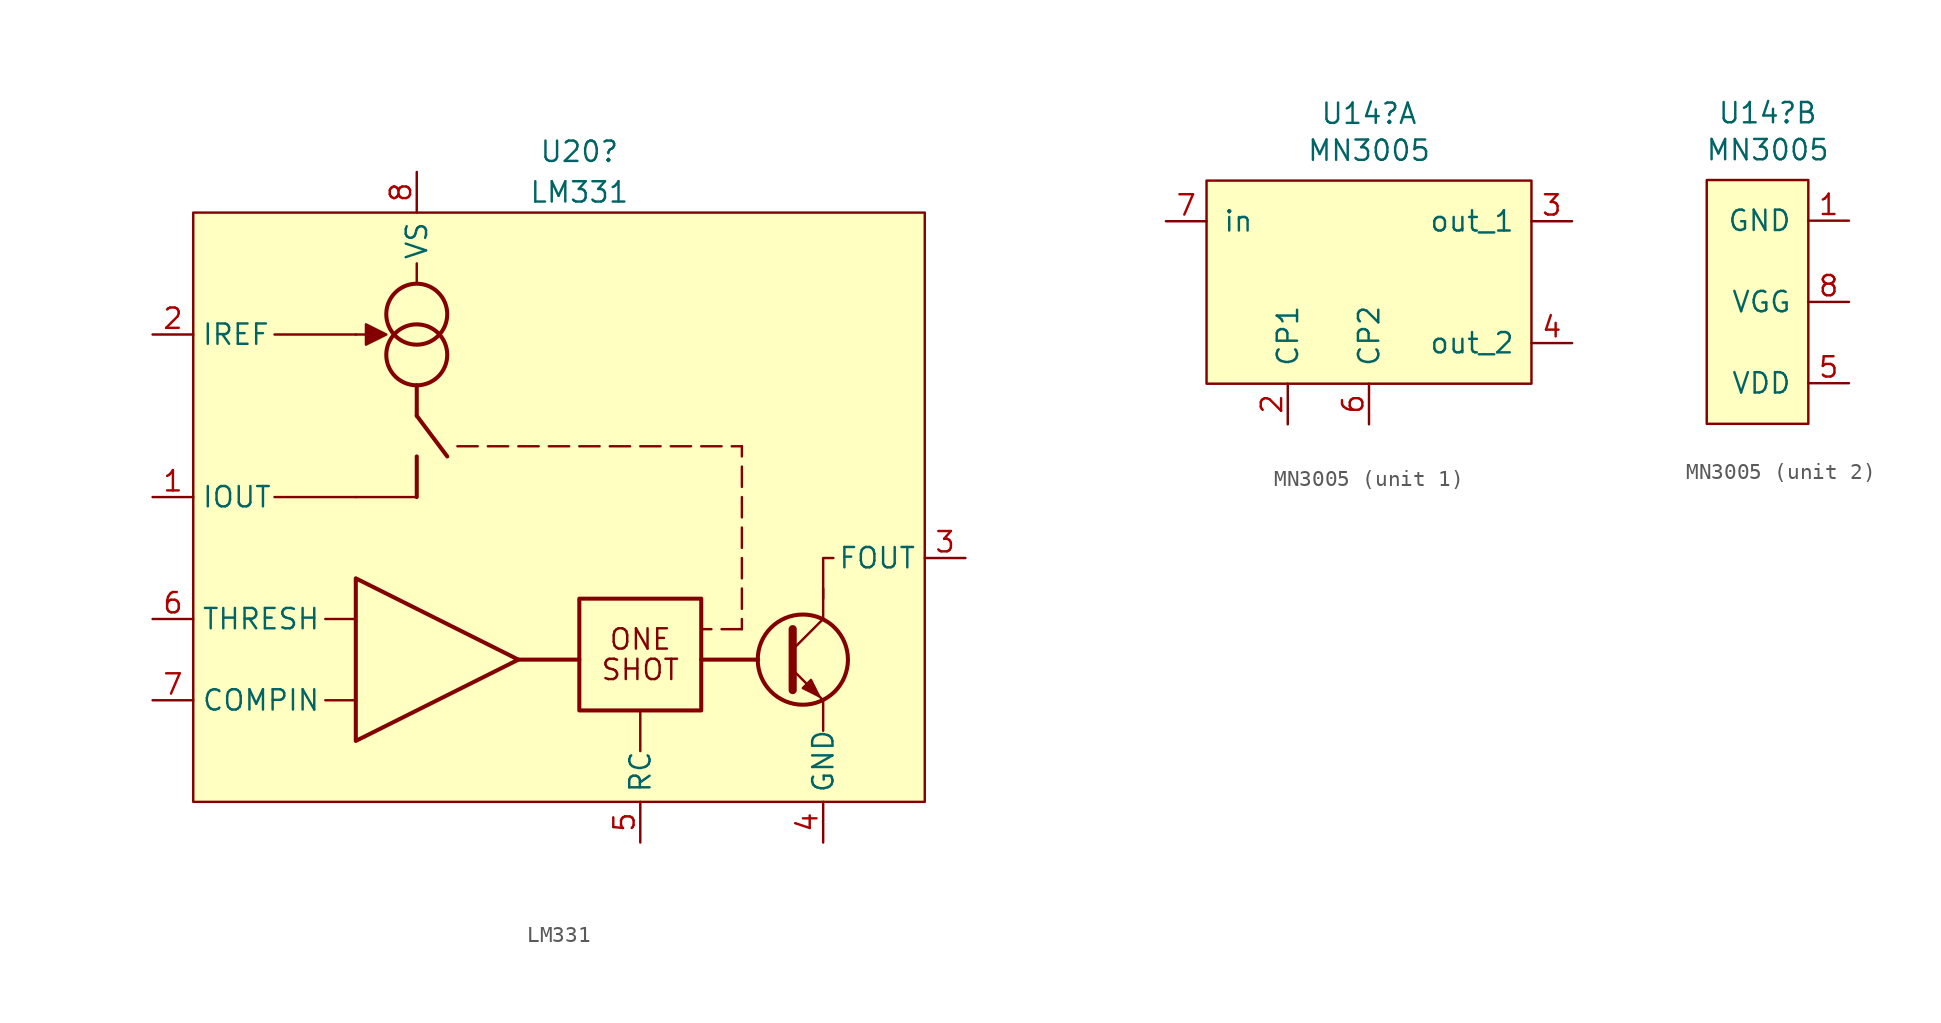
<source format=kicad_sym>
(kicad_symbol_lib
  (version 20211014)
  (generator kicad_symbol_editor)
  (symbol "LM331"
    (property "Reference" "U20"
      (at 0 22.86 0)
      (effects (font (size 1.27 1.27))))
    (property "Value" "LM331"
      (at 0 20.32 0)
      (effects (font (size 1.27 1.27))))
    (symbol "LM331_0_0"
      (rectangle (start -24.13 19.05) (end 21.59 -17.78) (stroke (width 0) (type default) (color 0 0 0 0)) (fill (type background)))
      (polyline (pts (xy -15.875 -11.43) (xy -13.97 -11.43)) (stroke (width 0) (type default) (color 0 0 0 0)) (fill (type none)))
      (polyline (pts (xy -15.875 -6.35) (xy -13.97 -6.35)) (stroke (width 0) (type default) (color 0 0 0 0)) (fill (type none)))
      (polyline (pts (xy -13.97 1.27) (xy -19.05 1.27)) (stroke (width 0) (type default) (color 0 0 0 0)) (fill (type none)))
      (polyline (pts (xy -13.97 11.43) (xy -19.05 11.43)) (stroke (width 0) (type default) (color 0 0 0 0)) (fill (type none)))
      (polyline (pts (xy 3.81 -12.065) (xy 3.81 -14.605)) (stroke (width 0) (type default) (color 0 0 0 0)) (fill (type none)))
      (polyline (pts (xy 15.24 -6.35) (xy 15.24 -4.445)) (stroke (width 0) (type default) (color 0 0 0 0)) (fill (type none)))
      (polyline (pts (xy 15.24 -5.08) (xy 15.24 -2.54) (xy 15.875 -2.54)) (stroke (width 0) (type default) (color 0 0 0 0)) (fill (type none)))
      (text "SHOT" (at 3.81 -9.525 0) (effects (font (size 1.27 1.27)))))
    (symbol "LM331_1_0"
      (polyline (pts (xy 7.62 -8.89) (xy 11.176 -8.89)) (stroke (width 0.254) (type default) (color 0 0 0 0)) (fill (type none)))
      (text "ONE" (at 3.81 -7.62 0) (effects (font (size 1.27 1.27)))))
    (symbol "LM331_1_1"
      (circle (center -10.16 10.16) (radius 1.905) (stroke (width 0.254) (type default) (color 0 0 0 0)) (fill (type none)))
      (circle (center -10.16 12.7) (radius 1.905) (stroke (width 0.254) (type default) (color 0 0 0 0)) (fill (type none)))
      (rectangle (start 0 -5.08) (end 7.62 -12.065) (stroke (width 0.254) (type default) (color 0 0 0 0)) (fill (type background)))
      (polyline (pts (xy -13.97 11.43) (xy -13.335 11.43)) (stroke (width 0) (type default) (color 0 0 0 0)) (fill (type none)))
      (polyline (pts (xy -10.16 1.27) (xy -13.97 1.27)) (stroke (width 0) (type default) (color 0 0 0 0)) (fill (type none)))
      (polyline (pts (xy -10.16 3.81) (xy -10.16 1.27)) (stroke (width 0.254) (type default) (color 0 0 0 0)) (fill (type none)))
      (polyline (pts (xy -10.16 6.35) (xy -8.255 3.81)) (stroke (width 0.254) (type default) (color 0 0 0 0)) (fill (type none)))
      (polyline (pts (xy -10.16 8.255) (xy -10.16 6.35)) (stroke (width 0.254) (type default) (color 0 0 0 0)) (fill (type none)))
      (polyline (pts (xy -10.16 15.875) (xy -10.16 14.605)) (stroke (width 0) (type default) (color 0 0 0 0)) (fill (type none)))
      (polyline (pts (xy -6.35 4.445) (xy -7.62 4.445)) (stroke (width 0) (type default) (color 0 0 0 0)) (fill (type none)))
      (polyline (pts (xy -4.445 4.445) (xy -5.715 4.445)) (stroke (width 0) (type default) (color 0 0 0 0)) (fill (type none)))
      (polyline (pts (xy -3.81 -8.89) (xy 0 -8.89)) (stroke (width 0.254) (type default) (color 0 0 0 0)) (fill (type none)))
      (polyline (pts (xy -2.54 4.445) (xy -3.81 4.445)) (stroke (width 0) (type default) (color 0 0 0 0)) (fill (type none)))
      (polyline (pts (xy -0.635 4.445) (xy -1.905 4.445)) (stroke (width 0) (type default) (color 0 0 0 0)) (fill (type none)))
      (polyline (pts (xy 1.27 4.445) (xy 0 4.445)) (stroke (width 0) (type default) (color 0 0 0 0)) (fill (type none)))
      (polyline (pts (xy 3.175 4.445) (xy 1.905 4.445)) (stroke (width 0) (type default) (color 0 0 0 0)) (fill (type none)))
      (polyline (pts (xy 5.08 4.445) (xy 3.81 4.445)) (stroke (width 0) (type default) (color 0 0 0 0)) (fill (type none)))
      (polyline (pts (xy 6.985 4.445) (xy 5.715 4.445)) (stroke (width 0) (type default) (color 0 0 0 0)) (fill (type none)))
      (polyline (pts (xy 7.62 -6.985) (xy 8.255 -6.985)) (stroke (width 0) (type default) (color 0 0 0 0)) (fill (type none)))
      (polyline (pts (xy 8.89 -6.985) (xy 10.16 -6.985)) (stroke (width 0) (type default) (color 0 0 0 0)) (fill (type none)))
      (polyline (pts (xy 8.89 4.445) (xy 7.62 4.445)) (stroke (width 0) (type default) (color 0 0 0 0)) (fill (type none)))
      (polyline (pts (xy 10.16 -6.985) (xy 10.16 -6.35)) (stroke (width 0) (type default) (color 0 0 0 0)) (fill (type none)))
      (polyline (pts (xy 10.16 -5.715) (xy 10.16 -4.445)) (stroke (width 0) (type default) (color 0 0 0 0)) (fill (type none)))
      (polyline (pts (xy 10.16 -3.81) (xy 10.16 -2.54)) (stroke (width 0) (type default) (color 0 0 0 0)) (fill (type none)))
      (polyline (pts (xy 10.16 -1.905) (xy 10.16 -0.635)) (stroke (width 0) (type default) (color 0 0 0 0)) (fill (type none)))
      (polyline (pts (xy 10.16 0) (xy 10.16 1.27)) (stroke (width 0) (type default) (color 0 0 0 0)) (fill (type none)))
      (polyline (pts (xy 10.16 1.905) (xy 10.16 3.175)) (stroke (width 0) (type default) (color 0 0 0 0)) (fill (type none)))
      (polyline (pts (xy 10.16 3.81) (xy 10.16 4.445)) (stroke (width 0) (type default) (color 0 0 0 0)) (fill (type none)))
      (polyline (pts (xy 10.16 4.445) (xy 9.525 4.445)) (stroke (width 0) (type default) (color 0 0 0 0)) (fill (type none)))
      (polyline (pts (xy 13.335 -8.255) (xy 15.24 -6.35)) (stroke (width 0) (type default) (color 0 0 0 0)) (fill (type none)))
      (polyline (pts (xy 15.24 -11.43) (xy 15.24 -13.335)) (stroke (width 0) (type default) (color 0 0 0 0)) (fill (type none)))
      (polyline (pts (xy 13.335 -9.525) (xy 15.24 -11.43) (xy 15.24 -11.43)) (stroke (width 0) (type default) (color 0 0 0 0)) (fill (type none)))
      (polyline (pts (xy 13.335 -6.985) (xy 13.335 -10.795) (xy 13.335 -10.795)) (stroke (width 0.508) (type default) (color 0 0 0 0)) (fill (type none)))
      (polyline (pts (xy -13.97 -3.81) (xy -3.81 -8.89) (xy -13.97 -13.97) (xy -13.97 -3.81)) (stroke (width 0.254) (type default) (color 0 0 0 0)) (fill (type background)))
      (polyline (pts (xy -13.335 11.43) (xy -13.335 12.065) (xy -12.065 11.43) (xy -13.335 10.795) (xy -13.335 11.43)) (stroke (width 0) (type default) (color 0 0 0 0)) (fill (type outline)))
      (polyline (pts (xy 13.97 -10.668) (xy 14.478 -10.16) (xy 14.986 -11.176) (xy 13.97 -10.668) (xy 13.97 -10.668)) (stroke (width 0) (type default) (color 0 0 0 0)) (fill (type outline)))
      (circle (center 13.97 -8.89) (radius 2.819) (stroke (width 0.254) (type default) (color 0 0 0 0)) (fill (type background)))
      (pin output line (at -26.67 1.27 0) (length 2.54) (name "IOUT" (effects (font (size 1.27 1.27)))) (number "1" (effects (font (size 1.27 1.27)))))
      (pin input line (at -26.67 11.43 0) (length 2.54) (name "IREF" (effects (font (size 1.27 1.27)))) (number "2" (effects (font (size 1.27 1.27)))))
      (pin open_collector line (at 24.13 -2.54 180) (length 2.54) (name "FOUT" (effects (font (size 1.27 1.27)))) (number "3" (effects (font (size 1.27 1.27)))))
      (pin power_in line (at 15.24 -20.32 90) (length 2.54) (name "GND" (effects (font (size 1.27 1.27)))) (number "4" (effects (font (size 1.27 1.27)))))
      (pin input line (at 3.81 -20.32 90) (length 2.54) (name "RC" (effects (font (size 1.27 1.27)))) (number "5" (effects (font (size 1.27 1.27)))))
      (pin input line (at -26.67 -6.35 0) (length 2.54) (name "THRESH" (effects (font (size 1.27 1.27)))) (number "6" (effects (font (size 1.27 1.27)))))
      (pin input line (at -26.67 -11.43 0) (length 2.54) (name "COMPIN" (effects (font (size 1.27 1.27)))) (number "7" (effects (font (size 1.27 1.27)))))
      (pin power_in line (at -10.16 21.59 270) (length 2.54) (name "VS" (effects (font (size 1.27 1.27)))) (number "8" (effects (font (size 1.27 1.27)))))))
  (symbol "MN3005"
    (pin_names
      (offset 1.016))
    (property "Reference" "U14"
      (at 0 10.541 0)
      (effects (font (size 1.27 1.27))))
    (property "Value" "MN3005"
      (at 0 8.23 0)
      (effects (font (size 1.27 1.27))))
    (property "ki_locked" ""
      (at 0 0 0)
      (effects (font (size 1.27 1.27))))
    (symbol "MN3005_1_1"
      (rectangle (start 10.16 -6.35) (end -10.16 6.35) (stroke (width 0) (type default) (color 0 0 0 0)) (fill (type background)))
      (pin input line (at -5.08 -8.89 90) (length 2.54) (name "CP1" (effects (font (size 1.27 1.27)))) (number "2" (effects (font (size 1.27 1.27)))))
      (pin output line (at 12.7 3.81 180) (length 2.54) (name "out_1" (effects (font (size 1.27 1.27)))) (number "3" (effects (font (size 1.27 1.27)))))
      (pin output line (at 12.7 -3.81 180) (length 2.54) (name "out_2" (effects (font (size 1.27 1.27)))) (number "4" (effects (font (size 1.27 1.27)))))
      (pin input line (at 0 -8.89 90) (length 2.54) (name "CP2" (effects (font (size 1.27 1.27)))) (number "6" (effects (font (size 1.27 1.27)))))
      (pin input line (at -12.7 3.81 0) (length 2.54) (name "in" (effects (font (size 1.27 1.27)))) (number "7" (effects (font (size 1.27 1.27))))))
    (symbol "MN3005_2_1"
      (rectangle (start 2.54 -8.89) (end -3.81 6.35) (stroke (width 0) (type default) (color 0 0 0 0)) (fill (type background)))
      (pin power_in line (at 5.08 3.81 180) (length 2.54) (name "GND" (effects (font (size 1.27 1.27)))) (number "1" (effects (font (size 1.27 1.27)))))
      (pin power_in line (at 5.08 -6.35 180) (length 2.54) (name "VDD" (effects (font (size 1.27 1.27)))) (number "5" (effects (font (size 1.27 1.27)))))
      (pin input line (at 5.08 -1.27 180) (length 2.54) (name "VGG" (effects (font (size 1.27 1.27)))) (number "8" (effects (font (size 1.27 1.27))))))))
</source>
